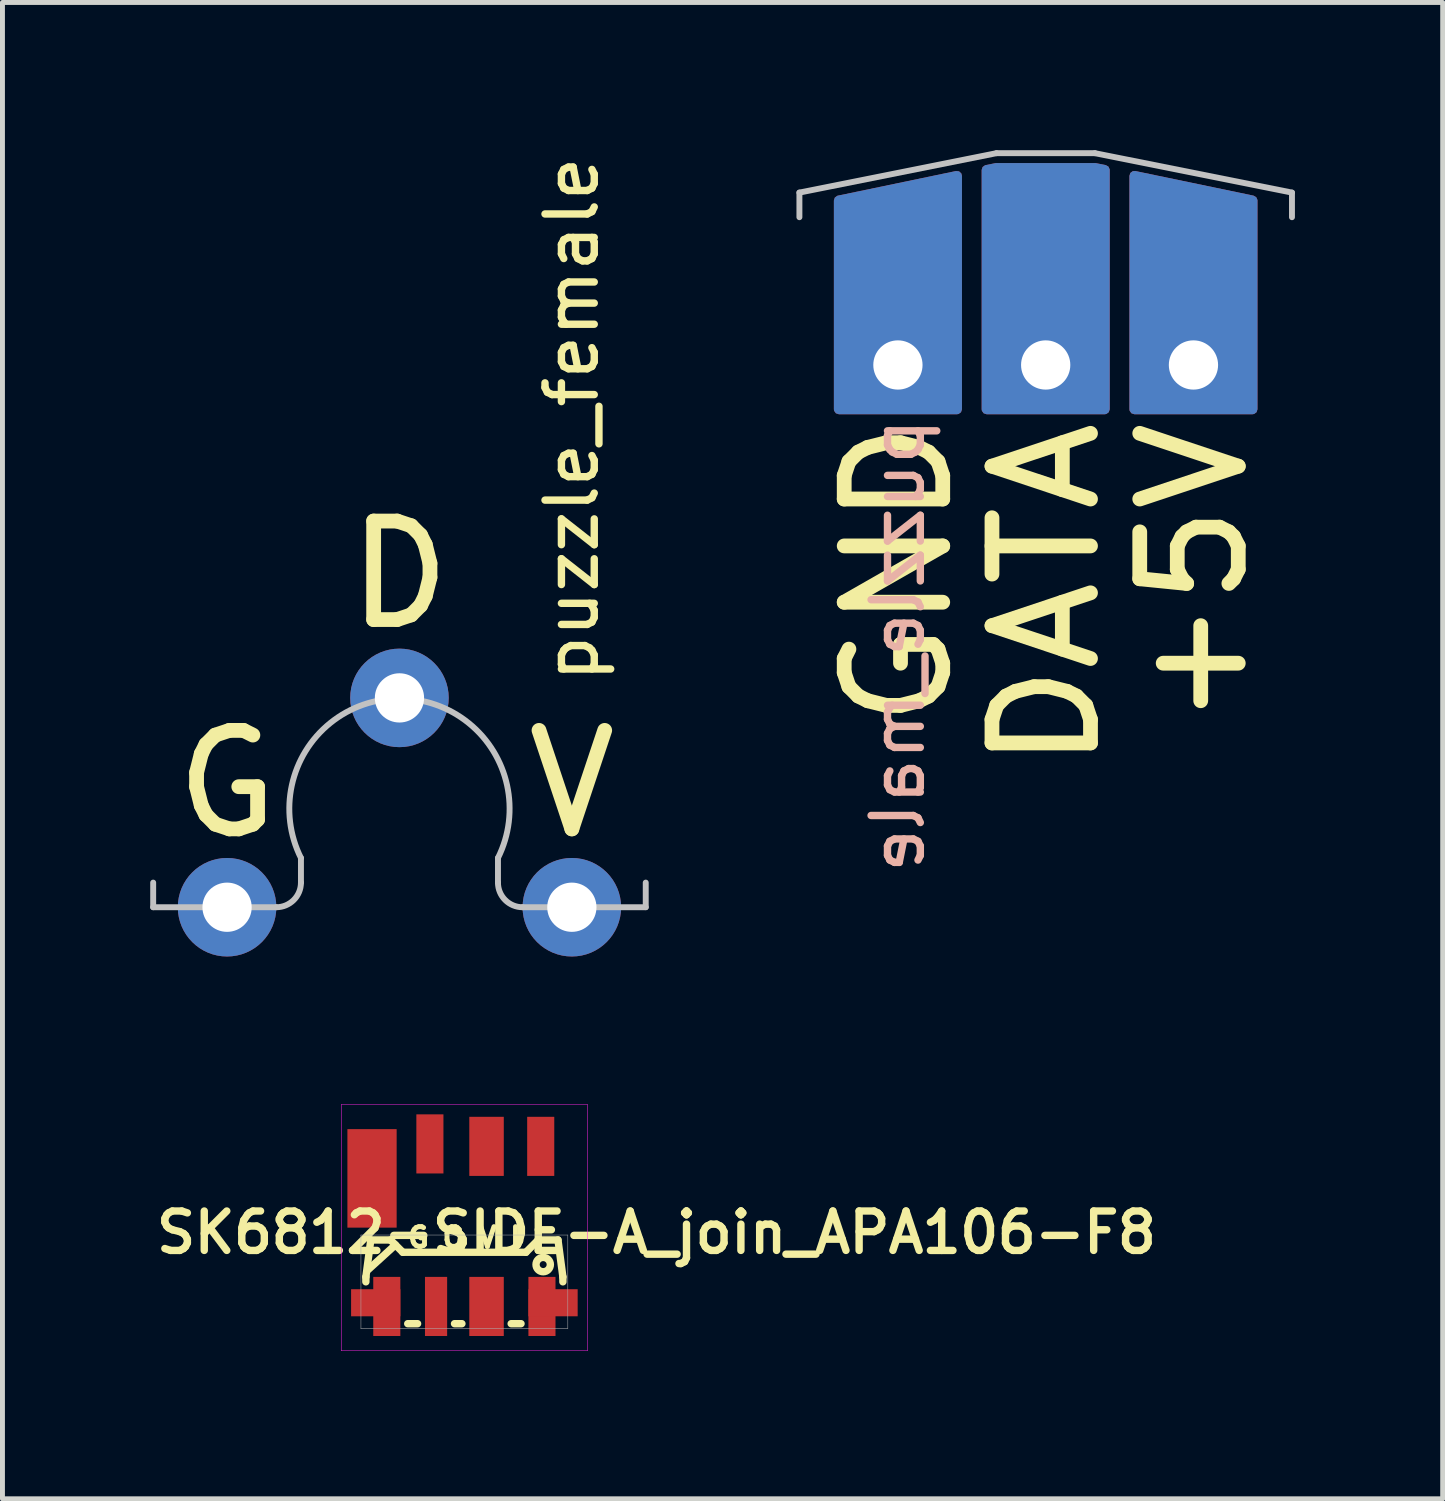
<source format=kicad_pcb>
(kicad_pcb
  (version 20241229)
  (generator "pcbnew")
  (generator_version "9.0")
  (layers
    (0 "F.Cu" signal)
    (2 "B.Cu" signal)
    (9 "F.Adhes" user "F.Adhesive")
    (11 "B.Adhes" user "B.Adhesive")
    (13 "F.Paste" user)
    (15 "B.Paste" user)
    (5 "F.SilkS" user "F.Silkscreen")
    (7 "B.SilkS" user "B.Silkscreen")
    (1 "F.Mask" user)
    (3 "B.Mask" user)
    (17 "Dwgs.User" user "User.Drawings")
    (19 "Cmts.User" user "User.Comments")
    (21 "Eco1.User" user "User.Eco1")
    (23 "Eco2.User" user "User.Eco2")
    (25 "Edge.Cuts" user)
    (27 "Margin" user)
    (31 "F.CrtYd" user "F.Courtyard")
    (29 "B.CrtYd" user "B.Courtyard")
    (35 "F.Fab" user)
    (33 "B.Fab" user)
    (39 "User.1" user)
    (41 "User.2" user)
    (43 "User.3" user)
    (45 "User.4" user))
  (footprint "puzzle_male"
    (layer "F.Cu")
    (at 18.18 0.36)
    (property "Reference" "puzzle_male" (at -3 5 90) (unlocked yes) (layer "B.SilkS") (effects (font (size 1 1) (thickness 0.15)) (justify left mirror)))
    (attr through_hole)
    (fp_line (start -5 1) (end -5 0.5) (stroke (width 0.12) (type solid)) (layer "Dwgs.User"))
    (fp_line (start -1 -0.3) (end -5 0.5) (stroke (width 0.12) (type solid)) (layer "Dwgs.User"))
    (fp_line (start 1 -0.3) (end -1 -0.3) (stroke (width 0.12) (type solid)) (layer "Dwgs.User"))
    (fp_line (start 5 0.5) (end 1 -0.3) (stroke (width 0.12) (type solid)) (layer "Dwgs.User"))
    (fp_line (start 5 1) (end 5 0.5) (stroke (width 0.12) (type solid)) (layer "Dwgs.User"))
    (fp_text user "GND" (at -3 5 90) (unlocked yes) (layer "F.SilkS") (effects (font (size 2 2) (thickness 0.3)) (justify right)))
    (fp_text user "DATA" (at 0 5 90) (unlocked yes) (layer "F.SilkS") (effects (font (size 2 2) (thickness 0.3)) (justify right)))
    (fp_text user "+5V" (at 3 5 90) (unlocked yes) (layer "F.SilkS") (effects (font (size 2 2) (thickness 0.3)) (justify right)))
    (pad "1" thru_hole custom (at -3 4) (size 1.5 1.5) (drill 1) (layers "*.Cu" "*.Mask") (options (anchor rect)) (primitives (gr_poly (pts (xy -1.2 0.9) (xy -1.2 -3.34) (xy 1.2 -3.84) (xy 1.2 0.9)) (width 0.2) (fill yes))))
    (pad "2" thru_hole custom (at 0 4) (size 1.5 1.5) (drill 1) (layers "*.Cu" "*.Mask") (options (anchor rect)) (primitives (gr_poly (pts (xy -1.2 0.9) (xy -1.2 -3.96) (xy -1 -4) (xy 1 -4) (xy 1.2 -3.96) (xy 1.2 0.9)) (width 0.2) (fill yes))))
    (pad "3" thru_hole custom (at 3 4) (size 1.5 1.5) (drill 1) (layers "*.Cu" "*.Mask") (options (anchor rect)) (primitives (gr_poly (pts (xy -1.2 0.9) (xy -1.2 -3.84) (xy 1.2 -3.34) (xy 1.2 0.9)) (width 0.2) (fill yes)))))
  (footprint "SK6812-SIDE-A_join_APA106-F8"
    (layer "F.Cu")
    (at 6.378 22.874)
    (property "Reference" "SK6812-SIDE-A_join_APA106-F8" (at 3.9 -0.9 0) (layer "F.SilkS") (effects (font (size 0.8 0.8) (thickness 0.15))))
    (attr smd)
    (fp_line (start -2 0) (end -1.9 -0.75) (stroke (width 0.15) (type solid)) (layer "F.SilkS"))
    (fp_line (start -2 0.1) (end -2 0) (stroke (width 0.15) (type solid)) (layer "F.SilkS"))
    (fp_line (start -1.9 -0.75) (end -1.5 -0.75) (stroke (width 0.15) (type solid)) (layer "F.SilkS"))
    (fp_line (start -1.5 -0.75) (end -1.25 -0.5) (stroke (width 0.15) (type solid)) (layer "F.SilkS"))
    (fp_line (start -1.4 -0.65) (end -1.95 -0.15) (stroke (width 0.15) (type solid)) (layer "F.SilkS"))
    (fp_line (start -1.25 -0.5) (end 1.25 -0.5) (stroke (width 0.15) (type solid)) (layer "F.SilkS"))
    (fp_line (start -0.95 0.95) (end -1.15 0.95) (stroke (width 0.15) (type solid)) (layer "F.SilkS"))
    (fp_line (start -0.05 0.95) (end -0.2 0.95) (stroke (width 0.15) (type solid)) (layer "F.SilkS"))
    (fp_line (start 1.15 0.95) (end 0.95 0.95) (stroke (width 0.15) (type solid)) (layer "F.SilkS"))
    (fp_line (start 1.5 -0.75) (end 1.25 -0.5) (stroke (width 0.15) (type solid)) (layer "F.SilkS"))
    (fp_line (start 1.9 -0.75) (end 1.5 -0.75) (stroke (width 0.15) (type solid)) (layer "F.SilkS"))
    (fp_line (start 1.9 -0.75) (end 2 0) (stroke (width 0.15) (type solid)) (layer "F.SilkS"))
    (fp_line (start 2 0.1) (end 2 0) (stroke (width 0.15) (type solid)) (layer "F.SilkS"))
    (fp_circle (center 1.6 -0.25) (end 1.65 -0.3) (stroke (width 0.15) (type solid)) (fill no) (layer "F.SilkS"))
    (fp_line (start -2.5 -3.5) (end -2.5 1.5) (stroke (width 0.01) (type solid)) (layer "F.CrtYd"))
    (fp_line (start -2.5 1.5) (end 2.5 1.5) (stroke (width 0.01) (type solid)) (layer "F.CrtYd"))
    (fp_line (start 2.5 -3.5) (end -2.5 -3.5) (stroke (width 0.01) (type solid)) (layer "F.CrtYd"))
    (fp_line (start 2.5 1.5) (end 2.5 -3.5) (stroke (width 0.01) (type solid)) (layer "F.CrtYd"))
    (fp_line (start -2.1 -0.85) (end -2.1 1.05) (stroke (width 0.01) (type solid)) (layer "F.Fab"))
    (fp_line (start -2.1 1.05) (end 2.1 1.05) (stroke (width 0.01) (type solid)) (layer "F.Fab"))
    (fp_line (start 2.1 -0.85) (end -2.1 -0.85) (stroke (width 0.01) (type solid)) (layer "F.Fab"))
    (fp_line (start 2.1 1.05) (end 2.1 -0.85) (stroke (width 0.01) (type solid)) (layer "F.Fab"))
    (fp_text user "G O V I" (at 0 -0.8 0) (unlocked yes) (layer "F.SilkS") (effects (font (size 0.4 0.4) (thickness 0.1))))
    (pad "1" smd rect (at 1.55 -2.65) (size 0.55 1.2) (layers "F.Cu" "F.Mask" "F.Paste"))
    (pad "1" smd rect (at 1.575 0.6) (size 0.55 1.2) (layers "F.Cu" "F.Mask" "F.Paste"))
    (pad "1" smd rect (at 1.8 0.525) (size 1 0.55) (layers "F.Cu" "F.Mask" "F.Paste"))
    (pad "2" smd rect (at 0.45 -2.65) (size 0.7 1.2) (layers "F.Cu" "F.Mask" "F.Paste"))
    (pad "2" smd rect (at 0.45 0.6) (size 0.7 1.2) (layers "F.Cu" "F.Mask" "F.Paste"))
    (pad "3" smd rect (at -1.875 -2) (size 1 2) (layers "F.Cu" "F.Mask" "F.Paste"))
    (pad "3" smd rect (at -0.575 0.6) (size 0.45 1.2) (layers "F.Cu" "F.Mask" "F.Paste"))
    (pad "4" smd rect (at -1.8 0.525) (size 1 0.55) (layers "F.Cu" "F.Mask" "F.Paste"))
    (pad "4" smd rect (at -1.575 0.6) (size 0.55 1.2) (layers "F.Cu" "F.Mask" "F.Paste"))
    (pad "4" smd rect (at -0.7 -2.7) (size 0.55 1.2) (layers "F.Cu" "F.Mask" "F.Paste")))
  (footprint "puzzle_female"
    (layer "F.Cu")
    (at 5.06 15.369)
    (property "Reference" "puzzle_female" (at 3.5 -4.5 90) (layer "F.SilkS") (effects (font (size 1 1) (thickness 0.15)) (justify left)))
    (attr through_hole)
    (fp_line (start -5 0) (end -5 -0.5) (stroke (width 0.12) (type solid)) (layer "Dwgs.User"))
    (fp_line (start -2.5 0) (end -5 0) (stroke (width 0.12) (type solid)) (layer "Dwgs.User"))
    (fp_line (start -2 -1) (end -2 -0.5) (stroke (width 0.12) (type solid)) (layer "Dwgs.User"))
    (fp_line (start 2 -0.5) (end 2 -1) (stroke (width 0.12) (type solid)) (layer "Dwgs.User"))
    (fp_line (start 5 0) (end 2.5 0) (stroke (width 0.12) (type solid)) (layer "Dwgs.User"))
    (fp_line (start 5 0) (end 5 -0.5) (stroke (width 0.12) (type solid)) (layer "Dwgs.User"))
    (fp_arc (start -2 -0.5) (mid -2.146447 -0.146447) (end -2.5 0) (stroke (width 0.12) (type solid)) (layer "Dwgs.User"))
    (fp_arc (start -1.999999 -1) (mid 0 -4.236067) (end 1.999999 -1.000001) (stroke (width 0.12) (type solid)) (layer "Dwgs.User"))
    (fp_arc (start 2.5 0) (mid 2.146447 -0.146447) (end 2 -0.5) (stroke (width 0.12) (type solid)) (layer "Dwgs.User"))
    (fp_text user "G" (at -3.5 -2.5 0) (layer "F.SilkS") (effects (font (size 2 2) (thickness 0.3))))
    (fp_text user "D" (at 0 -6.75 0) (layer "F.SilkS") (effects (font (size 2 2) (thickness 0.3))))
    (fp_text user "V" (at 3.5 -2.5 0) (layer "F.SilkS") (effects (font (size 2 2) (thickness 0.3))))
    (pad "1" thru_hole circle (at -3.5 0 180) (size 2 2) (drill 1) (layers "*.Cu" "*.Mask"))
    (pad "2" thru_hole circle (at 0 -4.25 180) (size 2 2) (drill 1) (layers "*.Cu" "*.Mask"))
    (pad "3" thru_hole circle (at 3.5 0 180) (size 2 2) (drill 1) (layers "*.Cu" "*.Mask")))
  (gr_rect
    (start -3 -3)
    (end 26.24 27.379)
    (stroke (width 0.1) (type default))
    (fill no)
    (layer "Edge.Cuts")))
</source>
